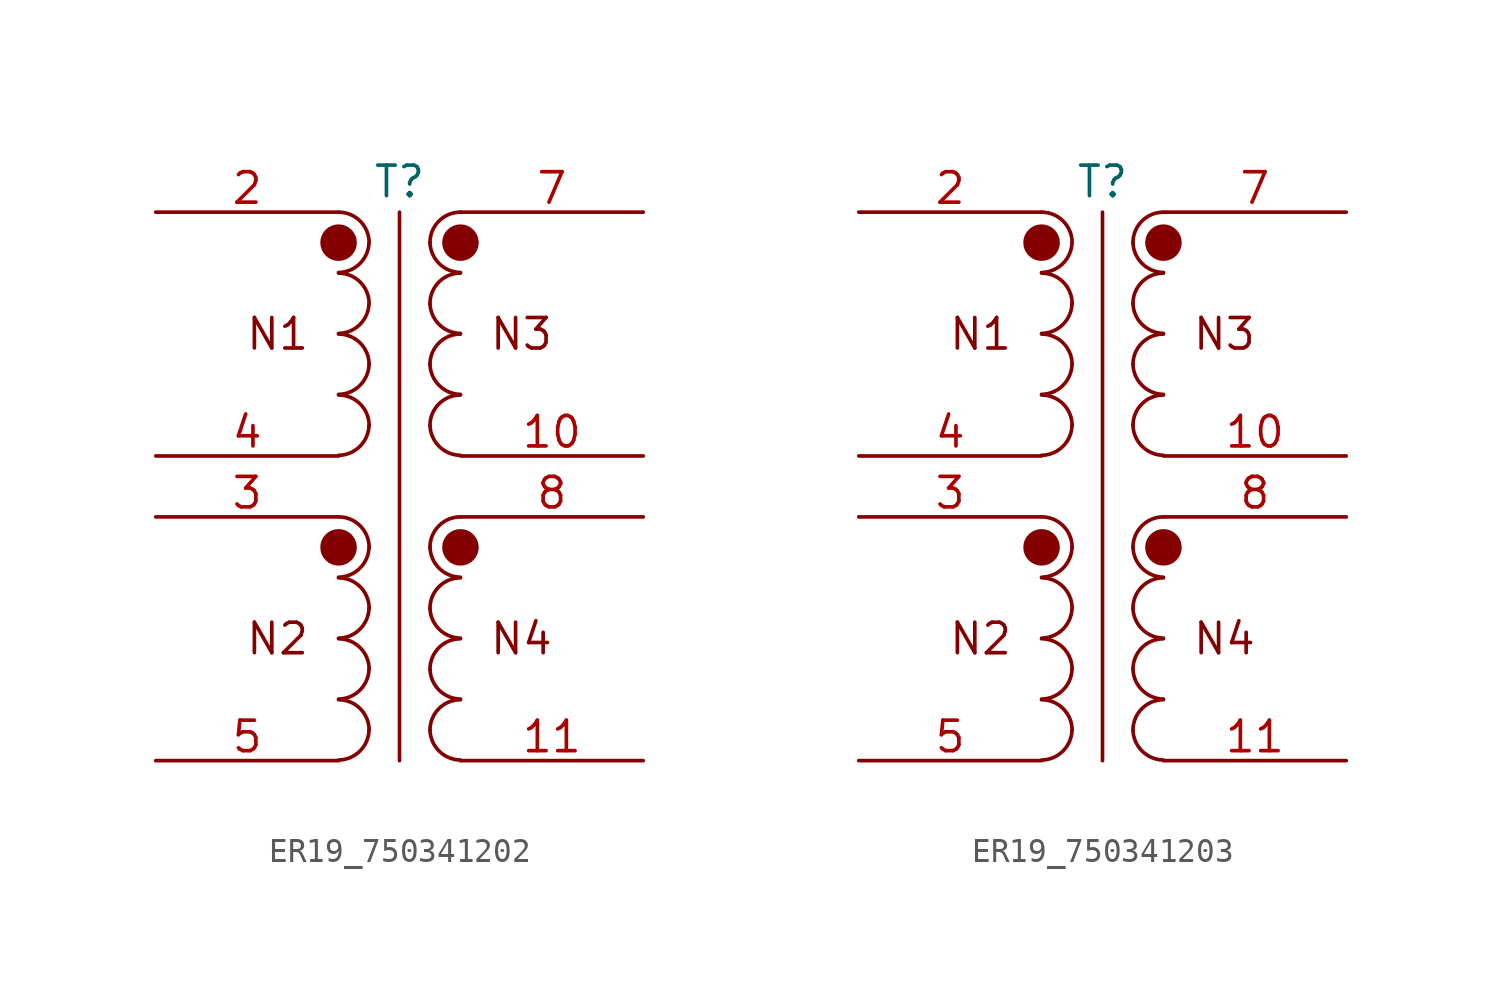
<source format=kicad_sym>
(kicad_symbol_lib
  (version 20220914)
  (generator kicad_symbol_editor)
  (symbol "ER19_750341202"
    (pin_names hide)
    (property "Reference" "T"
      (at 0 12.7 0)
      (effects (font (size 1.27 1.27))))
    (property "Critical Parameter" ""
      (at 0 -5.08 0)
      (effects (font (size 1.27 1.27))))
    (symbol "ER19_750341202_0_1"
      (arc (start -2.54 -11.4046) (mid -1.6561 -11.0363) (end -1.27 -10.16) (stroke (width 0) (type default)) (fill (type none)))
      (arc (start -2.54 -8.8646) (mid -1.6561 -8.4963) (end -1.27 -7.62) (stroke (width 0) (type default)) (fill (type none)))
      (arc (start -2.54 -6.3246) (mid -1.6561 -5.9563) (end -1.27 -5.08) (stroke (width 0) (type default)) (fill (type none)))
      (arc (start -2.54 -3.7846) (mid -1.6561 -3.4163) (end -1.27 -2.54) (stroke (width 0) (type default)) (fill (type none)))
      (arc (start -2.54 1.2954) (mid -1.6561 1.6637) (end -1.27 2.54) (stroke (width 0) (type default)) (fill (type none)))
      (arc (start -2.54 3.8354) (mid -1.6561 4.2037) (end -1.27 5.08) (stroke (width 0) (type default)) (fill (type none)))
      (arc (start -2.54 6.3754) (mid -1.6561 6.7437) (end -1.27 7.62) (stroke (width 0) (type default)) (fill (type none)))
      (arc (start -2.54 8.9154) (mid -1.6561 9.2837) (end -1.27 10.16) (stroke (width 0) (type default)) (fill (type none)))
      (arc (start -1.27 -10.16) (mid -1.642 -9.262) (end -2.54 -8.89) (stroke (width 0) (type default)) (fill (type none)))
      (arc (start -1.27 -7.62) (mid -1.642 -6.722) (end -2.54 -6.35) (stroke (width 0) (type default)) (fill (type none)))
      (arc (start -1.27 -5.08) (mid -1.642 -4.182) (end -2.54 -3.81) (stroke (width 0) (type default)) (fill (type none)))
      (arc (start -1.27 -2.54) (mid -1.642 -1.642) (end -2.54 -1.27) (stroke (width 0) (type default)) (fill (type none)))
      (arc (start -1.27 2.54) (mid -1.642 3.438) (end -2.54 3.81) (stroke (width 0) (type default)) (fill (type none)))
      (arc (start -1.27 5.08) (mid -1.642 5.978) (end -2.54 6.35) (stroke (width 0) (type default)) (fill (type none)))
      (arc (start -1.27 7.62) (mid -1.642 8.518) (end -2.54 8.89) (stroke (width 0) (type default)) (fill (type none)))
      (arc (start -1.27 10.16) (mid -1.642 11.058) (end -2.54 11.43) (stroke (width 0) (type default)) (fill (type none)))
      (polyline (pts (xy 0 -11.43) (xy 0 11.43)) (stroke (width 0) (type default)) (fill (type none)))
      (arc (start 1.27 -10.16) (mid 1.6561 -11.0363) (end 2.54 -11.4046) (stroke (width 0) (type default)) (fill (type none)))
      (arc (start 1.27 -7.62) (mid 1.6561 -8.4963) (end 2.54 -8.8646) (stroke (width 0) (type default)) (fill (type none)))
      (arc (start 1.27 -5.08) (mid 1.6561 -5.9563) (end 2.54 -6.3246) (stroke (width 0) (type default)) (fill (type none)))
      (arc (start 1.27 -2.54) (mid 1.6561 -3.4163) (end 2.54 -3.7846) (stroke (width 0) (type default)) (fill (type none)))
      (arc (start 1.27 2.54) (mid 1.6561 1.6637) (end 2.54 1.2954) (stroke (width 0) (type default)) (fill (type none)))
      (arc (start 1.27 5.08) (mid 1.6561 4.2037) (end 2.54 3.8354) (stroke (width 0) (type default)) (fill (type none)))
      (arc (start 1.27 7.62) (mid 1.6561 6.7437) (end 2.54 6.3754) (stroke (width 0) (type default)) (fill (type none)))
      (arc (start 1.27 10.16) (mid 1.6561 9.2837) (end 2.54 8.9154) (stroke (width 0) (type default)) (fill (type none)))
      (arc (start 2.54 -8.89) (mid 1.642 -9.262) (end 1.27 -10.16) (stroke (width 0) (type default)) (fill (type none)))
      (arc (start 2.54 -6.35) (mid 1.642 -6.722) (end 1.27 -7.62) (stroke (width 0) (type default)) (fill (type none)))
      (arc (start 2.54 -3.81) (mid 1.642 -4.182) (end 1.27 -5.08) (stroke (width 0) (type default)) (fill (type none)))
      (arc (start 2.54 -1.27) (mid 1.642 -1.642) (end 1.27 -2.54) (stroke (width 0) (type default)) (fill (type none)))
      (arc (start 2.54 3.81) (mid 1.642 3.438) (end 1.27 2.54) (stroke (width 0) (type default)) (fill (type none)))
      (arc (start 2.54 6.35) (mid 1.642 5.978) (end 1.27 5.08) (stroke (width 0) (type default)) (fill (type none)))
      (arc (start 2.54 8.89) (mid 1.642 8.518) (end 1.27 7.62) (stroke (width 0) (type default)) (fill (type none)))
      (arc (start 2.54 11.43) (mid 1.642 11.058) (end 1.27 10.16) (stroke (width 0) (type default)) (fill (type none))))
    (symbol "ER19_750341202_1_1"
      (circle (center -2.54 -2.54) (radius 0.0001) (stroke (width 0.762) (type default)) (fill (type none)))
      (circle (center -2.54 10.16) (radius 0.0001) (stroke (width 0.762) (type default)) (fill (type none)))
      (circle (center 2.54 -2.54) (radius 0.0001) (stroke (width 0.762) (type default)) (fill (type none)))
      (circle (center 2.54 10.16) (radius 0.0001) (stroke (width 0.762) (type default)) (fill (type none)))
      (text "N1" (at -5.08 6.35 0) (effects (font (size 1.27 1.27))))
      (text "N2" (at -5.08 -6.35 0) (effects (font (size 1.27 1.27))))
      (text "N3" (at 5.08 6.35 0) (effects (font (size 1.27 1.27))))
      (text "N4" (at 5.08 -6.35 0) (effects (font (size 1.27 1.27))))
      (pin passive line (at 10.16 1.27 180) (length 7.62) (name "10" (effects (font (size 1.27 1.27)))) (number "10" (effects (font (size 1.27 1.27)))))
      (pin passive line (at 10.16 -11.43 180) (length 7.62) (name "11" (effects (font (size 1.27 1.27)))) (number "11" (effects (font (size 1.27 1.27)))))
      (pin passive line (at -10.16 11.43 0) (length 7.62) (name "2" (effects (font (size 1.27 1.27)))) (number "2" (effects (font (size 1.27 1.27)))))
      (pin passive line (at -10.16 -1.27 0) (length 7.62) (name "3" (effects (font (size 1.27 1.27)))) (number "3" (effects (font (size 1.27 1.27)))))
      (pin passive line (at -10.16 1.27 0) (length 7.62) (name "4" (effects (font (size 1.27 1.27)))) (number "4" (effects (font (size 1.27 1.27)))))
      (pin passive line (at -10.16 -11.43 0) (length 7.62) (name "5" (effects (font (size 1.27 1.27)))) (number "5" (effects (font (size 1.27 1.27)))))
      (pin passive line (at 10.16 11.43 180) (length 7.62) (name "7" (effects (font (size 1.27 1.27)))) (number "7" (effects (font (size 1.27 1.27)))))
      (pin passive line (at 10.16 -1.27 180) (length 7.62) (name "8" (effects (font (size 1.27 1.27)))) (number "8" (effects (font (size 1.27 1.27)))))))
  (symbol "ER19_750341203"
    (pin_names hide)
    (property "Reference" "T"
      (at 0 12.7 0)
      (effects (font (size 1.27 1.27))))
    (property "Critical Parameter" ""
      (at 0 -5.08 0)
      (effects (font (size 1.27 1.27))))
    (symbol "ER19_750341203_0_1"
      (arc (start -2.54 -11.4046) (mid -1.6561 -11.0363) (end -1.27 -10.16) (stroke (width 0) (type default)) (fill (type none)))
      (arc (start -2.54 -8.8646) (mid -1.6561 -8.4963) (end -1.27 -7.62) (stroke (width 0) (type default)) (fill (type none)))
      (arc (start -2.54 -6.3246) (mid -1.6561 -5.9563) (end -1.27 -5.08) (stroke (width 0) (type default)) (fill (type none)))
      (arc (start -2.54 -3.7846) (mid -1.6561 -3.4163) (end -1.27 -2.54) (stroke (width 0) (type default)) (fill (type none)))
      (arc (start -2.54 1.2954) (mid -1.6561 1.6637) (end -1.27 2.54) (stroke (width 0) (type default)) (fill (type none)))
      (arc (start -2.54 3.8354) (mid -1.6561 4.2037) (end -1.27 5.08) (stroke (width 0) (type default)) (fill (type none)))
      (arc (start -2.54 6.3754) (mid -1.6561 6.7437) (end -1.27 7.62) (stroke (width 0) (type default)) (fill (type none)))
      (arc (start -2.54 8.9154) (mid -1.6561 9.2837) (end -1.27 10.16) (stroke (width 0) (type default)) (fill (type none)))
      (arc (start -1.27 -10.16) (mid -1.642 -9.262) (end -2.54 -8.89) (stroke (width 0) (type default)) (fill (type none)))
      (arc (start -1.27 -7.62) (mid -1.642 -6.722) (end -2.54 -6.35) (stroke (width 0) (type default)) (fill (type none)))
      (arc (start -1.27 -5.08) (mid -1.642 -4.182) (end -2.54 -3.81) (stroke (width 0) (type default)) (fill (type none)))
      (arc (start -1.27 -2.54) (mid -1.642 -1.642) (end -2.54 -1.27) (stroke (width 0) (type default)) (fill (type none)))
      (arc (start -1.27 2.54) (mid -1.642 3.438) (end -2.54 3.81) (stroke (width 0) (type default)) (fill (type none)))
      (arc (start -1.27 5.08) (mid -1.642 5.978) (end -2.54 6.35) (stroke (width 0) (type default)) (fill (type none)))
      (arc (start -1.27 7.62) (mid -1.642 8.518) (end -2.54 8.89) (stroke (width 0) (type default)) (fill (type none)))
      (arc (start -1.27 10.16) (mid -1.642 11.058) (end -2.54 11.43) (stroke (width 0) (type default)) (fill (type none)))
      (polyline (pts (xy 0 -11.43) (xy 0 11.43)) (stroke (width 0) (type default)) (fill (type none)))
      (arc (start 1.27 -10.16) (mid 1.6561 -11.0363) (end 2.54 -11.4046) (stroke (width 0) (type default)) (fill (type none)))
      (arc (start 1.27 -7.62) (mid 1.6561 -8.4963) (end 2.54 -8.8646) (stroke (width 0) (type default)) (fill (type none)))
      (arc (start 1.27 -5.08) (mid 1.6561 -5.9563) (end 2.54 -6.3246) (stroke (width 0) (type default)) (fill (type none)))
      (arc (start 1.27 -2.54) (mid 1.6561 -3.4163) (end 2.54 -3.7846) (stroke (width 0) (type default)) (fill (type none)))
      (arc (start 1.27 2.54) (mid 1.6561 1.6637) (end 2.54 1.2954) (stroke (width 0) (type default)) (fill (type none)))
      (arc (start 1.27 5.08) (mid 1.6561 4.2037) (end 2.54 3.8354) (stroke (width 0) (type default)) (fill (type none)))
      (arc (start 1.27 7.62) (mid 1.6561 6.7437) (end 2.54 6.3754) (stroke (width 0) (type default)) (fill (type none)))
      (arc (start 1.27 10.16) (mid 1.6561 9.2837) (end 2.54 8.9154) (stroke (width 0) (type default)) (fill (type none)))
      (arc (start 2.54 -8.89) (mid 1.642 -9.262) (end 1.27 -10.16) (stroke (width 0) (type default)) (fill (type none)))
      (arc (start 2.54 -6.35) (mid 1.642 -6.722) (end 1.27 -7.62) (stroke (width 0) (type default)) (fill (type none)))
      (arc (start 2.54 -3.81) (mid 1.642 -4.182) (end 1.27 -5.08) (stroke (width 0) (type default)) (fill (type none)))
      (arc (start 2.54 -1.27) (mid 1.642 -1.642) (end 1.27 -2.54) (stroke (width 0) (type default)) (fill (type none)))
      (arc (start 2.54 3.81) (mid 1.642 3.438) (end 1.27 2.54) (stroke (width 0) (type default)) (fill (type none)))
      (arc (start 2.54 6.35) (mid 1.642 5.978) (end 1.27 5.08) (stroke (width 0) (type default)) (fill (type none)))
      (arc (start 2.54 8.89) (mid 1.642 8.518) (end 1.27 7.62) (stroke (width 0) (type default)) (fill (type none)))
      (arc (start 2.54 11.43) (mid 1.642 11.058) (end 1.27 10.16) (stroke (width 0) (type default)) (fill (type none))))
    (symbol "ER19_750341203_1_1"
      (circle (center -2.54 -2.54) (radius 0.0001) (stroke (width 0.762) (type default)) (fill (type none)))
      (circle (center -2.54 10.16) (radius 0.0001) (stroke (width 0.762) (type default)) (fill (type none)))
      (circle (center 2.54 -2.54) (radius 0.0001) (stroke (width 0.762) (type default)) (fill (type none)))
      (circle (center 2.54 10.16) (radius 0.0001) (stroke (width 0.762) (type default)) (fill (type none)))
      (text "N1" (at -5.08 6.35 0) (effects (font (size 1.27 1.27))))
      (text "N2" (at -5.08 -6.35 0) (effects (font (size 1.27 1.27))))
      (text "N3" (at 5.08 6.35 0) (effects (font (size 1.27 1.27))))
      (text "N4" (at 5.08 -6.35 0) (effects (font (size 1.27 1.27))))
      (pin passive line (at 10.16 1.27 180) (length 7.62) (name "10" (effects (font (size 1.27 1.27)))) (number "10" (effects (font (size 1.27 1.27)))))
      (pin passive line (at 10.16 -11.43 180) (length 7.62) (name "11" (effects (font (size 1.27 1.27)))) (number "11" (effects (font (size 1.27 1.27)))))
      (pin passive line (at -10.16 11.43 0) (length 7.62) (name "2" (effects (font (size 1.27 1.27)))) (number "2" (effects (font (size 1.27 1.27)))))
      (pin passive line (at -10.16 -1.27 0) (length 7.62) (name "3" (effects (font (size 1.27 1.27)))) (number "3" (effects (font (size 1.27 1.27)))))
      (pin passive line (at -10.16 1.27 0) (length 7.62) (name "4" (effects (font (size 1.27 1.27)))) (number "4" (effects (font (size 1.27 1.27)))))
      (pin passive line (at -10.16 -11.43 0) (length 7.62) (name "5" (effects (font (size 1.27 1.27)))) (number "5" (effects (font (size 1.27 1.27)))))
      (pin passive line (at 10.16 11.43 180) (length 7.62) (name "7" (effects (font (size 1.27 1.27)))) (number "7" (effects (font (size 1.27 1.27)))))
      (pin passive line (at 10.16 -1.27 180) (length 7.62) (name "8" (effects (font (size 1.27 1.27)))) (number "8" (effects (font (size 1.27 1.27))))))))
</source>
